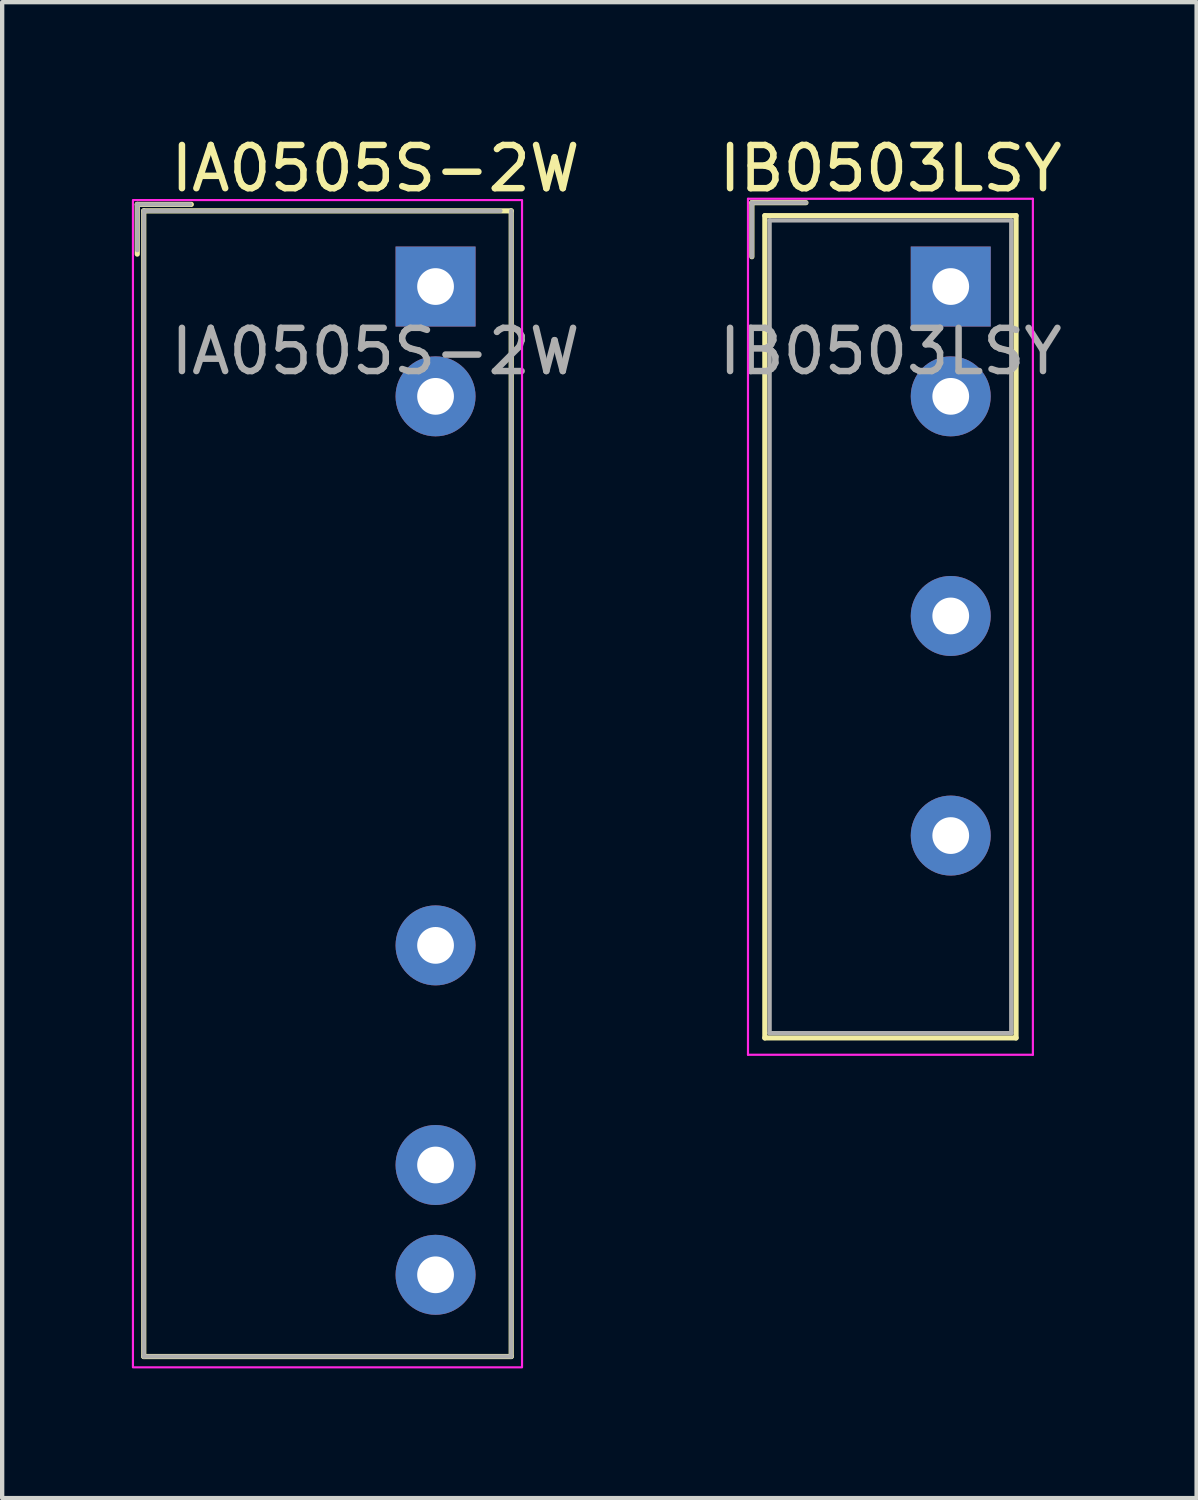
<source format=kicad_pcb>
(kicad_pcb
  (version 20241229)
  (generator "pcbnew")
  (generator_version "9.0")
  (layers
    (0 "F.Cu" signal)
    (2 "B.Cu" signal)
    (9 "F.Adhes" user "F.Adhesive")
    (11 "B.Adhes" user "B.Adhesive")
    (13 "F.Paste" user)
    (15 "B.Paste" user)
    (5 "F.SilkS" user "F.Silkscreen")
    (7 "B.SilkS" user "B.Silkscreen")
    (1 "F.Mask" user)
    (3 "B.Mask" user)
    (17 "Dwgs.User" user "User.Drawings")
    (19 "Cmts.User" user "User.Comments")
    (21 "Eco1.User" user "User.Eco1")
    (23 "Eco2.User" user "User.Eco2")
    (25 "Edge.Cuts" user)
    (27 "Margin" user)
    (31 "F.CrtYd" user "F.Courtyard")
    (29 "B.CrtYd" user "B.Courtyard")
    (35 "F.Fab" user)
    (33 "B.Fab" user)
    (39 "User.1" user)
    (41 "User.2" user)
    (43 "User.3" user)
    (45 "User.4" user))
  (footprint "IA0505S-2W"
    (layer "F.Cu")
    (at 7.025 3.578)
    (property "Reference" "IA0505S-2W" (at -1.39 -2.73 0) (layer "F.SilkS") (effects (font (size 1 1) (thickness 0.15))))
    (attr through_hole)
    (fp_line (start -6.9 -1.9) (end -6.9 -0.75) (stroke (width 0.12) (type solid)) (layer "F.SilkS"))
    (fp_line (start -6.75 -1.75) (end -6.75 24.75) (stroke (width 0.12) (type solid)) (layer "F.SilkS"))
    (fp_line (start -5.65 -1.9) (end -6.9 -1.9) (stroke (width 0.12) (type solid)) (layer "F.SilkS"))
    (fp_line (start 1.75 -1.75) (end -6.75 -1.75) (stroke (width 0.12) (type solid)) (layer "F.SilkS"))
    (fp_line (start 1.75 24.75) (end -6.75 24.75) (stroke (width 0.12) (type solid)) (layer "F.SilkS"))
    (fp_line (start 1.75 24.75) (end 1.75 -1.75) (stroke (width 0.12) (type solid)) (layer "F.SilkS"))
    (fp_rect (start -7 -2) (end 2 25) (stroke (width 0.05) (type default)) (fill no) (layer "F.CrtYd"))
    (fp_line (start -6.9 -1.9) (end -6.9 -0.84) (stroke (width 0.1) (type solid)) (layer "F.Fab"))
    (fp_line (start -6.75 -1.75) (end -6.75 24.75) (stroke (width 0.1) (type solid)) (layer "F.Fab"))
    (fp_line (start -5.675 -1.9) (end -6.9 -1.9) (stroke (width 0.1) (type solid)) (layer "F.Fab"))
    (fp_line (start 1.5 -1.75) (end -6.75 -1.75) (stroke (width 0.1) (type solid)) (layer "F.Fab"))
    (fp_line (start 1.75 24.75) (end -6.75 24.75) (stroke (width 0.1) (type solid)) (layer "F.Fab"))
    (fp_line (start 1.75 24.75) (end 1.75 -1.75) (stroke (width 0.1) (type solid)) (layer "F.Fab"))
    (fp_text user "${REFERENCE}" (at -1.39 1.5 0) (layer "F.Fab") (effects (font (size 1 1) (thickness 0.15))))
    (pad "1" thru_hole rect (at 0 0) (size 1.85 1.85) (drill 0.85) (layers "*.Cu" "*.Mask"))
    (pad "2" thru_hole circle (at 0 2.54) (size 1.85 1.85) (drill 0.85) (layers "*.Cu" "*.Mask"))
    (pad "7" thru_hole circle (at 0 15.24) (size 1.85 1.85) (drill 0.85) (layers "*.Cu" "*.Mask"))
    (pad "9" thru_hole circle (at 0 20.32) (size 1.85 1.85) (drill 0.85) (layers "*.Cu" "*.Mask"))
    (pad "10" thru_hole circle (at 0 22.86) (size 1.85 1.85) (drill 0.85) (layers "*.Cu" "*.Mask")))
  (footprint "IB0503LSY"
    (layer "F.Cu")
    (at 18.942 3.578)
    (property "Reference" "IB0503LSY" (at -1.39 -2.73 0) (layer "F.SilkS") (effects (font (size 1 1) (thickness 0.15))))
    (attr through_hole)
    (fp_line (start -4.6 -1.94) (end -4.6 -0.69) (stroke (width 0.12) (type solid)) (layer "F.SilkS"))
    (fp_line (start -4.3 -1.64) (end -4.3 17.38) (stroke (width 0.12) (type solid)) (layer "F.SilkS"))
    (fp_line (start -4.3 17.38) (end 1.51 17.38) (stroke (width 0.12) (type solid)) (layer "F.SilkS"))
    (fp_line (start -3.35 -1.94) (end -4.6 -1.94) (stroke (width 0.12) (type solid)) (layer "F.SilkS"))
    (fp_line (start 1.51 -1.64) (end -4.3 -1.64) (stroke (width 0.12) (type solid)) (layer "F.SilkS"))
    (fp_line (start 1.51 17.38) (end 1.51 -1.64) (stroke (width 0.12) (type solid)) (layer "F.SilkS"))
    (fp_line (start -4.69 -2.03) (end -4.69 17.77) (stroke (width 0.05) (type solid)) (layer "F.CrtYd"))
    (fp_line (start -4.69 17.77) (end 1.9 17.77) (stroke (width 0.05) (type solid)) (layer "F.CrtYd"))
    (fp_line (start 1.9 -2.03) (end -4.69 -2.03) (stroke (width 0.05) (type solid)) (layer "F.CrtYd"))
    (fp_line (start 1.9 17.77) (end 1.9 -2.03) (stroke (width 0.05) (type solid)) (layer "F.CrtYd"))
    (fp_line (start -4.6 -1.94) (end -4.6 -0.69) (stroke (width 0.1) (type solid)) (layer "F.Fab"))
    (fp_line (start -4.19 -1.53) (end -4.19 17.27) (stroke (width 0.1) (type solid)) (layer "F.Fab"))
    (fp_line (start -4.19 17.27) (end 1.4 17.27) (stroke (width 0.1) (type solid)) (layer "F.Fab"))
    (fp_line (start -3.35 -1.94) (end -4.6 -1.94) (stroke (width 0.1) (type solid)) (layer "F.Fab"))
    (fp_line (start 1.4 -1.53) (end -4.19 -1.53) (stroke (width 0.1) (type solid)) (layer "F.Fab"))
    (fp_line (start 1.4 17.27) (end 1.4 -1.53) (stroke (width 0.1) (type solid)) (layer "F.Fab"))
    (fp_text user "${REFERENCE}" (at -1.39 1.5 0) (layer "F.Fab") (effects (font (size 1 1) (thickness 0.15))))
    (pad "1" thru_hole rect (at 0 0) (size 1.85 1.85) (drill 0.85) (layers "*.Cu" "*.Mask"))
    (pad "2" thru_hole circle (at 0 2.54) (size 1.85 1.85) (drill 0.85) (layers "*.Cu" "*.Mask"))
    (pad "4" thru_hole circle (at 0 7.62) (size 1.85 1.85) (drill 0.85) (layers "*.Cu" "*.Mask"))
    (pad "6" thru_hole circle (at 0 12.7) (size 1.85 1.85) (drill 0.85) (layers "*.Cu" "*.Mask")))
  (gr_rect
    (start -3 -3)
    (end 24.629 31.603)
    (stroke (width 0.1) (type default))
    (fill no)
    (layer "Edge.Cuts")))
</source>
